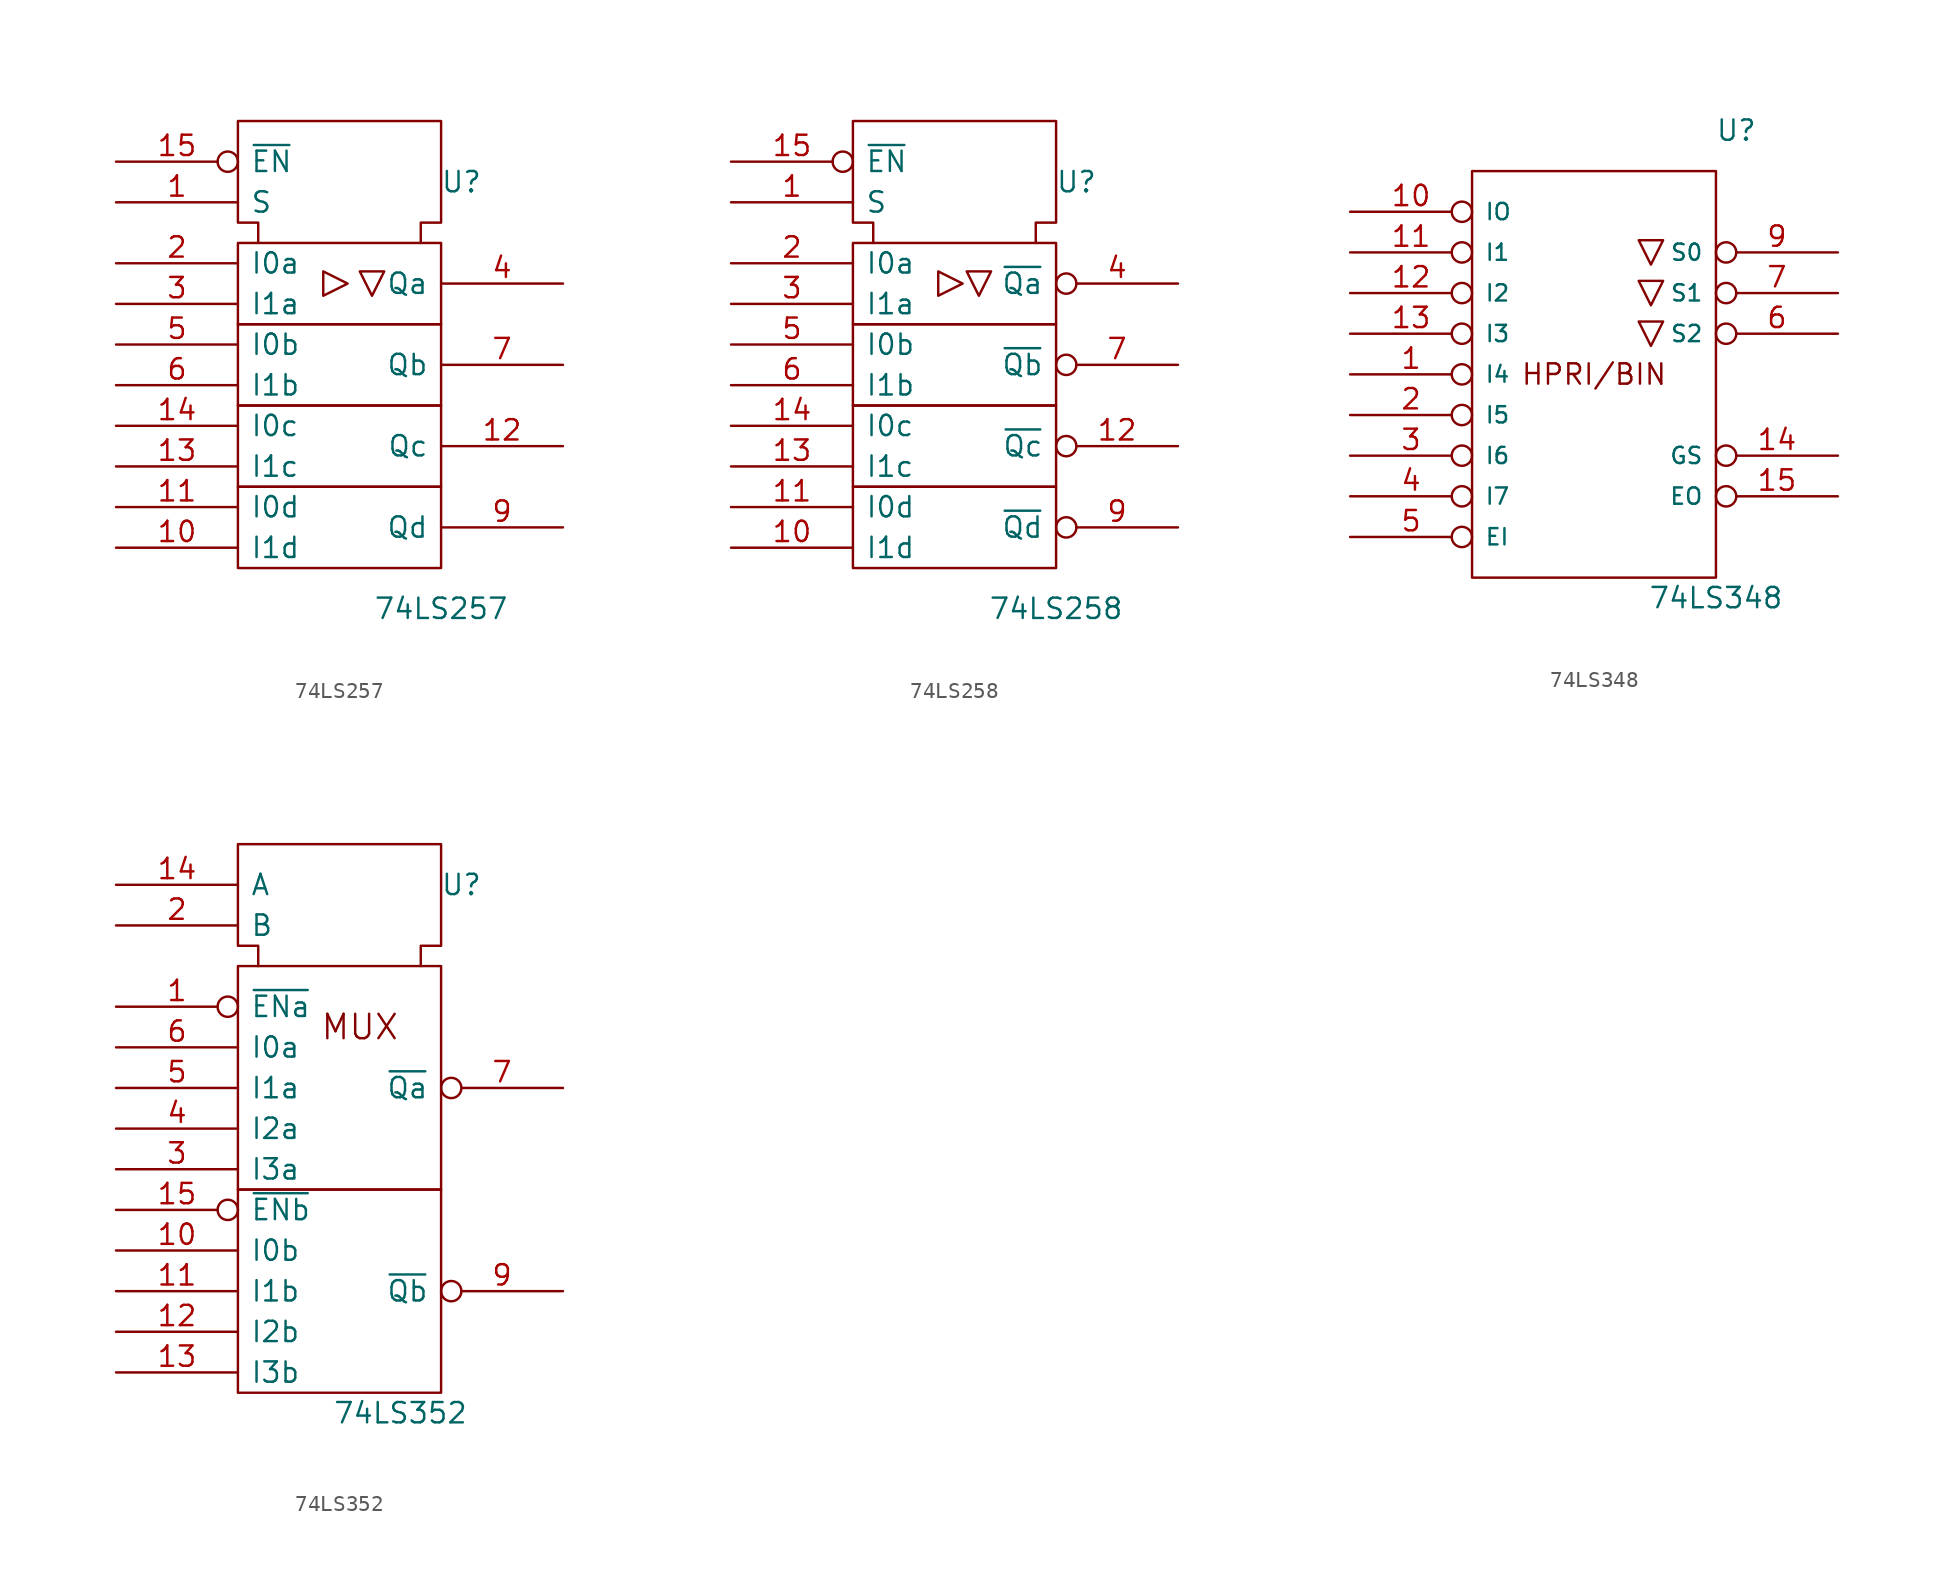
<source format=kicad_sym>
(kicad_symbol_lib
  (version 20201005)
  (generator kicad_symbol_editor)
  (symbol "74LS257"
    (pin_names
      (offset 0.762))
    (property "Reference" "U"
      (at 7.62 10.16 0)
      (effects (font (size 1.27 1.27))))
    (property "Value" "74LS257"
      (at 6.35 -16.51 0)
      (effects (font (size 1.27 1.27))))
    (symbol "74LS257_0_0"
      (rectangle (start -6.35 -8.89) (end 6.35 -13.97) (stroke (width 0)) (fill (type none)))
      (rectangle (start -6.35 -3.81) (end 6.35 -8.89) (stroke (width 0)) (fill (type none)))
      (rectangle (start -6.35 1.27) (end 6.35 -3.81) (stroke (width 0)) (fill (type none)))
      (rectangle (start -6.35 6.35) (end 6.35 1.27) (stroke (width 0)) (fill (type none)))
      (polyline (pts (xy -1.016 4.572) (xy -1.016 3.048) (xy 0.508 3.81) (xy -1.016 4.572) (xy -1.016 4.572)) (stroke (width 0)) (fill (type none)))
      (polyline (pts (xy 2.794 4.572) (xy 1.27 4.572) (xy 2.032 3.048) (xy 2.794 4.572) (xy 2.794 4.572)) (stroke (width 0)) (fill (type none)))
      (polyline (pts (xy -5.08 6.35) (xy -5.08 7.62) (xy -6.35 7.62) (xy -6.35 13.97) (xy 6.35 13.97) (xy 6.35 7.62) (xy 5.08 7.62) (xy 5.08 6.35) (xy 5.08 6.35)) (stroke (width 0)) (fill (type none)))
      (pin power_in line (at 3.81 13.97 270) (length 0) hide (name "VCC" (effects (font (size 1.27 1.27)))) (number "16" (effects (font (size 1.27 1.27)))))
      (pin power_in line (at 0 13.97 270) (length 0) hide (name "GND" (effects (font (size 1.27 1.27)))) (number "8" (effects (font (size 1.27 1.27))))))
    (symbol "74LS257_1_1"
      (pin input line (at -13.97 8.89 0) (length 7.62) (name "S" (effects (font (size 1.27 1.27)))) (number "1" (effects (font (size 1.27 1.27)))))
      (pin input line (at -13.97 -12.7 0) (length 7.62) (name "I1d" (effects (font (size 1.27 1.27)))) (number "10" (effects (font (size 1.27 1.27)))))
      (pin input line (at -13.97 -10.16 0) (length 7.62) (name "I0d" (effects (font (size 1.27 1.27)))) (number "11" (effects (font (size 1.27 1.27)))))
      (pin tri_state line (at 13.97 -6.35 180) (length 7.62) (name "Qc" (effects (font (size 1.27 1.27)))) (number "12" (effects (font (size 1.27 1.27)))))
      (pin input line (at -13.97 -7.62 0) (length 7.62) (name "I1c" (effects (font (size 1.27 1.27)))) (number "13" (effects (font (size 1.27 1.27)))))
      (pin input line (at -13.97 -5.08 0) (length 7.62) (name "I0c" (effects (font (size 1.27 1.27)))) (number "14" (effects (font (size 1.27 1.27)))))
      (pin input inverted (at -13.97 11.43 0) (length 7.62) (name "~EN" (effects (font (size 1.27 1.27)))) (number "15" (effects (font (size 1.27 1.27)))))
      (pin input line (at -13.97 5.08 0) (length 7.62) (name "I0a" (effects (font (size 1.27 1.27)))) (number "2" (effects (font (size 1.27 1.27)))))
      (pin input line (at -13.97 2.54 0) (length 7.62) (name "I1a" (effects (font (size 1.27 1.27)))) (number "3" (effects (font (size 1.27 1.27)))))
      (pin tri_state line (at 13.97 3.81 180) (length 7.62) (name "Qa" (effects (font (size 1.27 1.27)))) (number "4" (effects (font (size 1.27 1.27)))))
      (pin input line (at -13.97 0 0) (length 7.62) (name "I0b" (effects (font (size 1.27 1.27)))) (number "5" (effects (font (size 1.27 1.27)))))
      (pin input line (at -13.97 -2.54 0) (length 7.62) (name "I1b" (effects (font (size 1.27 1.27)))) (number "6" (effects (font (size 1.27 1.27)))))
      (pin tri_state line (at 13.97 -1.27 180) (length 7.62) (name "Qb" (effects (font (size 1.27 1.27)))) (number "7" (effects (font (size 1.27 1.27)))))
      (pin tri_state line (at 13.97 -11.43 180) (length 7.62) (name "Qd" (effects (font (size 1.27 1.27)))) (number "9" (effects (font (size 1.27 1.27)))))))
  (symbol "74LS258"
    (pin_names
      (offset 0.762))
    (property "Reference" "U"
      (at 7.62 10.16 0)
      (effects (font (size 1.27 1.27))))
    (property "Value" "74LS258"
      (at 6.35 -16.51 0)
      (effects (font (size 1.27 1.27))))
    (symbol "74LS258_0_0"
      (rectangle (start -6.35 -8.89) (end 6.35 -13.97) (stroke (width 0)) (fill (type none)))
      (rectangle (start -6.35 -3.81) (end 6.35 -8.89) (stroke (width 0)) (fill (type none)))
      (rectangle (start -6.35 1.27) (end 6.35 -3.81) (stroke (width 0)) (fill (type none)))
      (rectangle (start -6.35 6.35) (end 6.35 1.27) (stroke (width 0)) (fill (type none)))
      (polyline (pts (xy -1.016 4.572) (xy -1.016 3.048) (xy 0.508 3.81) (xy -1.016 4.572) (xy -1.016 4.572)) (stroke (width 0)) (fill (type none)))
      (polyline (pts (xy 2.286 4.572) (xy 0.762 4.572) (xy 1.524 3.048) (xy 2.286 4.572) (xy 2.286 4.572)) (stroke (width 0)) (fill (type none)))
      (polyline (pts (xy -5.08 6.35) (xy -5.08 7.62) (xy -6.35 7.62) (xy -6.35 13.97) (xy 6.35 13.97) (xy 6.35 7.62) (xy 5.08 7.62) (xy 5.08 6.35) (xy 5.08 6.35)) (stroke (width 0)) (fill (type none)))
      (pin power_in line (at 3.81 13.97 270) (length 0) hide (name "VCC" (effects (font (size 1.27 1.27)))) (number "16" (effects (font (size 1.27 1.27)))))
      (pin power_in line (at 0 13.97 270) (length 0) hide (name "GND" (effects (font (size 1.27 1.27)))) (number "8" (effects (font (size 1.27 1.27))))))
    (symbol "74LS258_1_1"
      (pin input line (at -13.97 8.89 0) (length 7.62) (name "S" (effects (font (size 1.27 1.27)))) (number "1" (effects (font (size 1.27 1.27)))))
      (pin input line (at -13.97 -12.7 0) (length 7.62) (name "I1d" (effects (font (size 1.27 1.27)))) (number "10" (effects (font (size 1.27 1.27)))))
      (pin input line (at -13.97 -10.16 0) (length 7.62) (name "I0d" (effects (font (size 1.27 1.27)))) (number "11" (effects (font (size 1.27 1.27)))))
      (pin tri_state inverted (at 13.97 -6.35 180) (length 7.62) (name "~Qc" (effects (font (size 1.27 1.27)))) (number "12" (effects (font (size 1.27 1.27)))))
      (pin input line (at -13.97 -7.62 0) (length 7.62) (name "I1c" (effects (font (size 1.27 1.27)))) (number "13" (effects (font (size 1.27 1.27)))))
      (pin input line (at -13.97 -5.08 0) (length 7.62) (name "I0c" (effects (font (size 1.27 1.27)))) (number "14" (effects (font (size 1.27 1.27)))))
      (pin input inverted (at -13.97 11.43 0) (length 7.62) (name "~EN" (effects (font (size 1.27 1.27)))) (number "15" (effects (font (size 1.27 1.27)))))
      (pin input line (at -13.97 5.08 0) (length 7.62) (name "I0a" (effects (font (size 1.27 1.27)))) (number "2" (effects (font (size 1.27 1.27)))))
      (pin input line (at -13.97 2.54 0) (length 7.62) (name "I1a" (effects (font (size 1.27 1.27)))) (number "3" (effects (font (size 1.27 1.27)))))
      (pin tri_state inverted (at 13.97 3.81 180) (length 7.62) (name "~Qa" (effects (font (size 1.27 1.27)))) (number "4" (effects (font (size 1.27 1.27)))))
      (pin input line (at -13.97 0 0) (length 7.62) (name "I0b" (effects (font (size 1.27 1.27)))) (number "5" (effects (font (size 1.27 1.27)))))
      (pin input line (at -13.97 -2.54 0) (length 7.62) (name "I1b" (effects (font (size 1.27 1.27)))) (number "6" (effects (font (size 1.27 1.27)))))
      (pin tri_state inverted (at 13.97 -1.27 180) (length 7.62) (name "~Qb" (effects (font (size 1.27 1.27)))) (number "7" (effects (font (size 1.27 1.27)))))
      (pin tri_state inverted (at 13.97 -11.43 180) (length 7.62) (name "~Qd" (effects (font (size 1.27 1.27)))) (number "9" (effects (font (size 1.27 1.27)))))))
  (symbol "74LS348"
    (pin_names
      (offset 0.762))
    (property "Reference" "U"
      (at 8.89 15.24 0)
      (effects (font (size 1.27 1.27))))
    (property "Value" "74LS348"
      (at 7.62 -13.97 0)
      (effects (font (size 1.27 1.27))))
    (symbol "74LS348_0_0"
      (text "HPRI/BIN" (at 0 0 0) (effects (font (size 1.27 1.27))))
      (rectangle (start -7.62 12.7) (end 7.62 -12.7) (stroke (width 0)) (fill (type none)))
      (polyline (pts (xy 4.318 3.302) (xy 2.794 3.302) (xy 3.556 1.778) (xy 4.318 3.302) (xy 4.318 3.302)) (stroke (width 0)) (fill (type none)))
      (polyline (pts (xy 4.318 5.842) (xy 2.794 5.842) (xy 3.556 4.318) (xy 4.318 5.842) (xy 4.318 5.842)) (stroke (width 0)) (fill (type none)))
      (polyline (pts (xy 4.318 8.382) (xy 2.794 8.382) (xy 3.556 6.858) (xy 4.318 8.382) (xy 4.318 8.382)) (stroke (width 0)) (fill (type none)))
      (pin power_in line (at 0 12.7 270) (length 0) hide (name "VCC" (effects (font (size 1.016 1.016)))) (number "16" (effects (font (size 1.27 1.27)))))
      (pin power_in line (at 0 -12.7 90) (length 0) hide (name "GND" (effects (font (size 1.016 1.016)))) (number "8" (effects (font (size 1.27 1.27))))))
    (symbol "74LS348_1_1"
      (pin input inverted (at -15.24 0 0) (length 7.62) (name "I4" (effects (font (size 1.016 1.016)))) (number "1" (effects (font (size 1.27 1.27)))))
      (pin input inverted (at -15.24 10.16 0) (length 7.62) (name "IO" (effects (font (size 1.016 1.016)))) (number "10" (effects (font (size 1.27 1.27)))))
      (pin input inverted (at -15.24 7.62 0) (length 7.62) (name "I1" (effects (font (size 1.016 1.016)))) (number "11" (effects (font (size 1.27 1.27)))))
      (pin input inverted (at -15.24 5.08 0) (length 7.62) (name "I2" (effects (font (size 1.016 1.016)))) (number "12" (effects (font (size 1.27 1.27)))))
      (pin input inverted (at -15.24 2.54 0) (length 7.62) (name "I3" (effects (font (size 1.016 1.016)))) (number "13" (effects (font (size 1.27 1.27)))))
      (pin output inverted (at 15.24 -5.08 180) (length 7.62) (name "GS" (effects (font (size 1.016 1.016)))) (number "14" (effects (font (size 1.27 1.27)))))
      (pin output inverted (at 15.24 -7.62 180) (length 7.62) (name "EO" (effects (font (size 1.016 1.016)))) (number "15" (effects (font (size 1.27 1.27)))))
      (pin input inverted (at -15.24 -2.54 0) (length 7.62) (name "I5" (effects (font (size 1.016 1.016)))) (number "2" (effects (font (size 1.27 1.27)))))
      (pin input inverted (at -15.24 -5.08 0) (length 7.62) (name "I6" (effects (font (size 1.016 1.016)))) (number "3" (effects (font (size 1.27 1.27)))))
      (pin input inverted (at -15.24 -7.62 0) (length 7.62) (name "I7" (effects (font (size 1.016 1.016)))) (number "4" (effects (font (size 1.27 1.27)))))
      (pin input inverted (at -15.24 -10.16 0) (length 7.62) (name "EI" (effects (font (size 1.016 1.016)))) (number "5" (effects (font (size 1.27 1.27)))))
      (pin output inverted (at 15.24 2.54 180) (length 7.62) (name "S2" (effects (font (size 1.016 1.016)))) (number "6" (effects (font (size 1.27 1.27)))))
      (pin output inverted (at 15.24 5.08 180) (length 7.62) (name "S1" (effects (font (size 1.016 1.016)))) (number "7" (effects (font (size 1.27 1.27)))))
      (pin output inverted (at 15.24 7.62 180) (length 7.62) (name "S0" (effects (font (size 1.016 1.016)))) (number "9" (effects (font (size 1.27 1.27)))))))
  (symbol "74LS352"
    (pin_names
      (offset 0.762))
    (property "Reference" "U"
      (at 7.62 16.51 0)
      (effects (font (size 1.27 1.27))))
    (property "Value" "74LS352"
      (at 3.81 -16.51 0)
      (effects (font (size 1.27 1.27))))
    (symbol "74LS352_0_0"
      (text "MUX" (at 1.27 7.62 0) (effects (font (size 1.524 1.524))))
      (rectangle (start -6.35 -2.54) (end 6.35 -15.24) (stroke (width 0)) (fill (type none)))
      (rectangle (start -6.35 11.43) (end 6.35 -2.54) (stroke (width 0)) (fill (type none)))
      (polyline (pts (xy -5.08 11.43) (xy -5.08 12.7) (xy -6.35 12.7) (xy -6.35 19.05) (xy 6.35 19.05) (xy 6.35 12.7) (xy 5.08 12.7) (xy 5.08 11.43) (xy 5.08 11.43)) (stroke (width 0)) (fill (type none)))
      (pin power_in line (at 3.81 19.05 270) (length 0) hide (name "VCC" (effects (font (size 1.27 1.27)))) (number "16" (effects (font (size 1.27 1.27)))))
      (pin power_in line (at 0 19.05 270) (length 0) hide (name "GND" (effects (font (size 1.27 1.27)))) (number "8" (effects (font (size 1.27 1.27))))))
    (symbol "74LS352_1_1"
      (pin input inverted (at -13.97 8.89 0) (length 7.62) (name "~ENa" (effects (font (size 1.27 1.27)))) (number "1" (effects (font (size 1.27 1.27)))))
      (pin input line (at -13.97 -6.35 0) (length 7.62) (name "I0b" (effects (font (size 1.27 1.27)))) (number "10" (effects (font (size 1.27 1.27)))))
      (pin input line (at -13.97 -8.89 0) (length 7.62) (name "I1b" (effects (font (size 1.27 1.27)))) (number "11" (effects (font (size 1.27 1.27)))))
      (pin input line (at -13.97 -11.43 0) (length 7.62) (name "I2b" (effects (font (size 1.27 1.27)))) (number "12" (effects (font (size 1.27 1.27)))))
      (pin input line (at -13.97 -13.97 0) (length 7.62) (name "I3b" (effects (font (size 1.27 1.27)))) (number "13" (effects (font (size 1.27 1.27)))))
      (pin input line (at -13.97 16.51 0) (length 7.62) (name "A" (effects (font (size 1.27 1.27)))) (number "14" (effects (font (size 1.27 1.27)))))
      (pin input inverted (at -13.97 -3.81 0) (length 7.62) (name "~ENb" (effects (font (size 1.27 1.27)))) (number "15" (effects (font (size 1.27 1.27)))))
      (pin input line (at -13.97 13.97 0) (length 7.62) (name "B" (effects (font (size 1.27 1.27)))) (number "2" (effects (font (size 1.27 1.27)))))
      (pin input line (at -13.97 -1.27 0) (length 7.62) (name "I3a" (effects (font (size 1.27 1.27)))) (number "3" (effects (font (size 1.27 1.27)))))
      (pin input line (at -13.97 1.27 0) (length 7.62) (name "I2a" (effects (font (size 1.27 1.27)))) (number "4" (effects (font (size 1.27 1.27)))))
      (pin input line (at -13.97 3.81 0) (length 7.62) (name "I1a" (effects (font (size 1.27 1.27)))) (number "5" (effects (font (size 1.27 1.27)))))
      (pin input line (at -13.97 6.35 0) (length 7.62) (name "I0a" (effects (font (size 1.27 1.27)))) (number "6" (effects (font (size 1.27 1.27)))))
      (pin output inverted (at 13.97 3.81 180) (length 7.62) (name "~Qa" (effects (font (size 1.27 1.27)))) (number "7" (effects (font (size 1.27 1.27)))))
      (pin output inverted (at 13.97 -8.89 180) (length 7.62) (name "~Qb" (effects (font (size 1.27 1.27)))) (number "9" (effects (font (size 1.27 1.27))))))))
</source>
